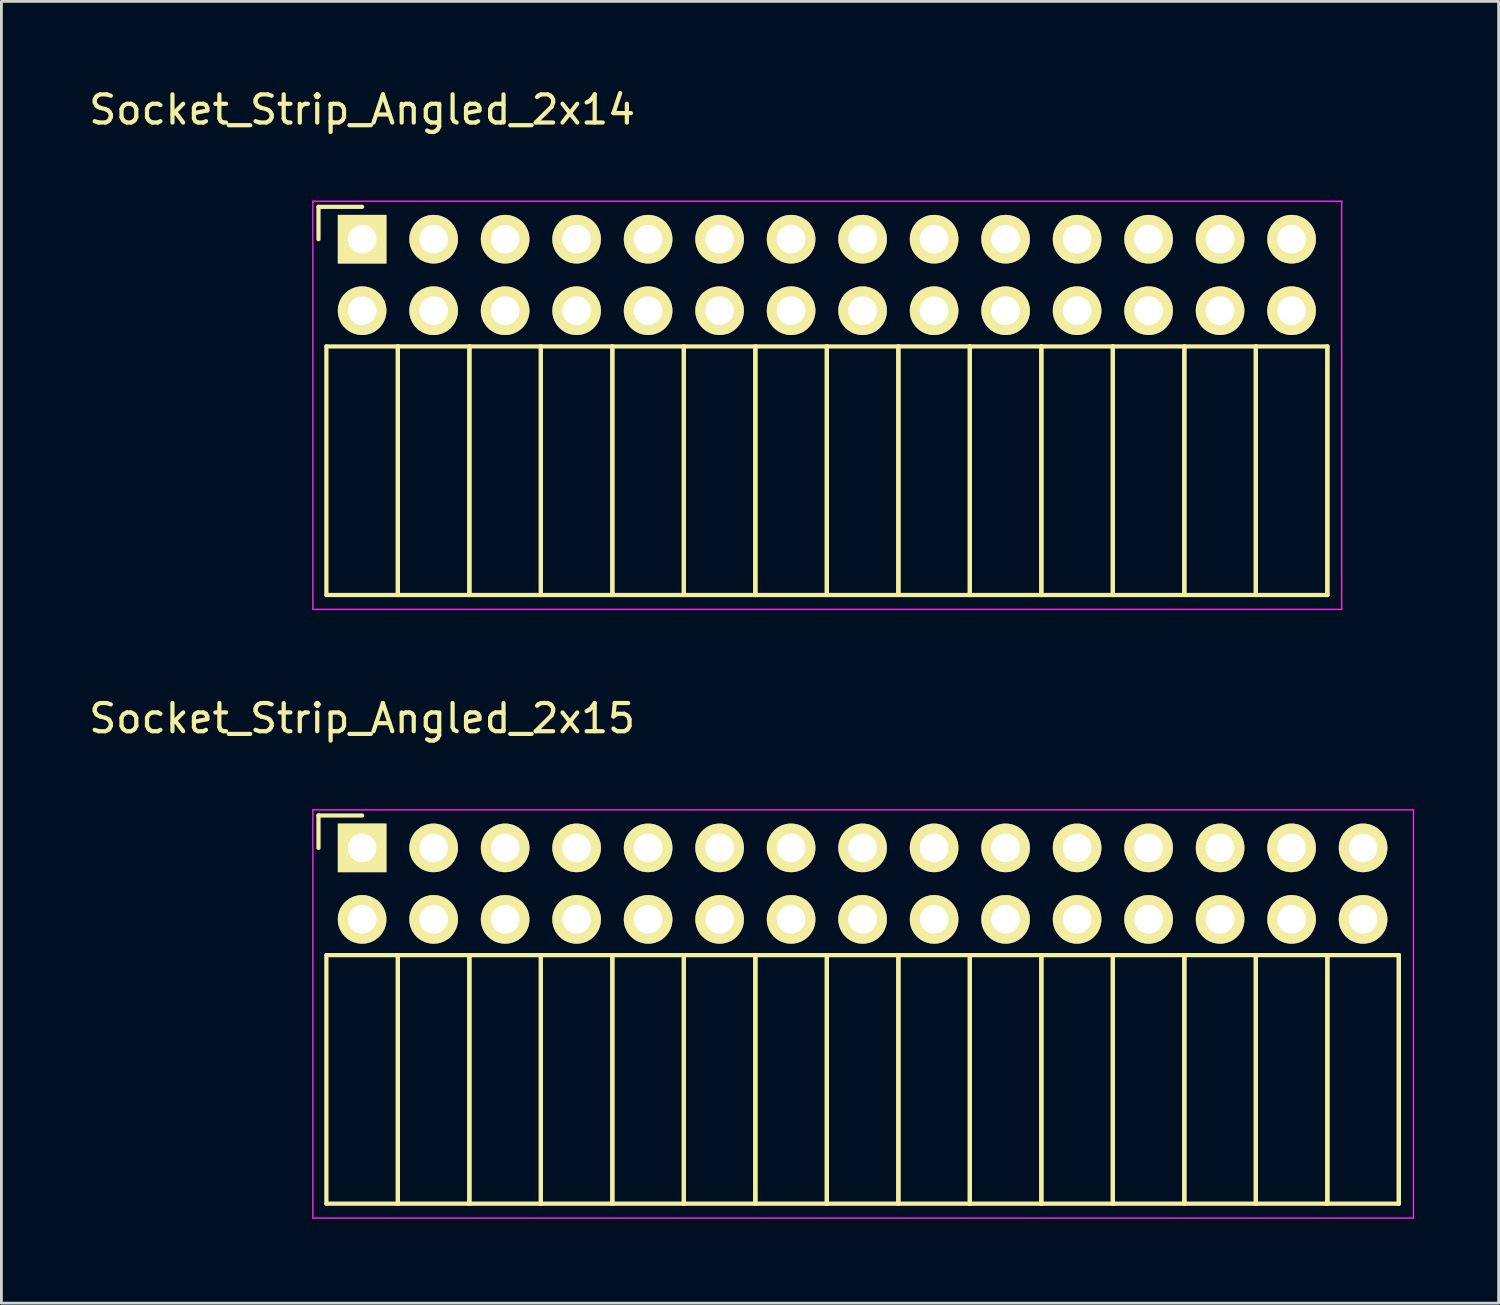
<source format=kicad_pcb>
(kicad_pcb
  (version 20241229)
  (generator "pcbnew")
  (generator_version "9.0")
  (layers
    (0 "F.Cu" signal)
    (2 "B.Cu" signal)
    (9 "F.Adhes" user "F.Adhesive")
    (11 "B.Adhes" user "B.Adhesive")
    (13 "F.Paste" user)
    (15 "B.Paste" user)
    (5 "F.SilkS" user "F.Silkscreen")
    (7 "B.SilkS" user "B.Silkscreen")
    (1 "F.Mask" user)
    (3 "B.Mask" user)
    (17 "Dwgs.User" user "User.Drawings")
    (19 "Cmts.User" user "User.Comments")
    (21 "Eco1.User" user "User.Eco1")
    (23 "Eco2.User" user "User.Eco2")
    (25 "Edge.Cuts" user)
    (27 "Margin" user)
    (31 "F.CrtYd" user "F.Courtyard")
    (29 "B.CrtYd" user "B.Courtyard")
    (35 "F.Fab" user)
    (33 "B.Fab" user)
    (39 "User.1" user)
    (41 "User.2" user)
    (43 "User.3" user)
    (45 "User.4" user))
  (footprint "Socket_Strip_Angled_2x15"
    (layer "F.Cu")
    (at 9.815 27.072)
    (property "Reference" "Socket_Strip_Angled_2x15" (at 0 -4.6 0) (layer "F.SilkS") (effects (font (size 1 1) (thickness 0.15))))
    (attr through_hole)
    (fp_line (start -1.55 -1.15) (end -1.55 0) (stroke (width 0.15) (type solid)) (layer "F.SilkS"))
    (fp_line (start -1.27 3.81) (end -1.27 12.64) (stroke (width 0.15) (type solid)) (layer "F.SilkS"))
    (fp_line (start -1.27 3.81) (end 1.27 3.81) (stroke (width 0.15) (type solid)) (layer "F.SilkS"))
    (fp_line (start -1.27 12.64) (end 1.27 12.64) (stroke (width 0.15) (type solid)) (layer "F.SilkS"))
    (fp_line (start 0 -1.15) (end -1.55 -1.15) (stroke (width 0.15) (type solid)) (layer "F.SilkS"))
    (fp_line (start 1.27 3.81) (end 1.27 12.64) (stroke (width 0.15) (type solid)) (layer "F.SilkS"))
    (fp_line (start 1.27 3.81) (end 3.81 3.81) (stroke (width 0.15) (type solid)) (layer "F.SilkS"))
    (fp_line (start 1.27 12.64) (end 1.27 3.81) (stroke (width 0.15) (type solid)) (layer "F.SilkS"))
    (fp_line (start 1.27 12.64) (end 3.81 12.64) (stroke (width 0.15) (type solid)) (layer "F.SilkS"))
    (fp_line (start 3.81 3.81) (end 3.81 12.64) (stroke (width 0.15) (type solid)) (layer "F.SilkS"))
    (fp_line (start 3.81 3.81) (end 6.35 3.81) (stroke (width 0.15) (type solid)) (layer "F.SilkS"))
    (fp_line (start 3.81 12.64) (end 3.81 3.81) (stroke (width 0.15) (type solid)) (layer "F.SilkS"))
    (fp_line (start 3.81 12.64) (end 6.35 12.64) (stroke (width 0.15) (type solid)) (layer "F.SilkS"))
    (fp_line (start 6.35 3.81) (end 6.35 12.64) (stroke (width 0.15) (type solid)) (layer "F.SilkS"))
    (fp_line (start 6.35 3.81) (end 8.89 3.81) (stroke (width 0.15) (type solid)) (layer "F.SilkS"))
    (fp_line (start 6.35 12.64) (end 6.35 3.81) (stroke (width 0.15) (type solid)) (layer "F.SilkS"))
    (fp_line (start 6.35 12.64) (end 8.89 12.64) (stroke (width 0.15) (type solid)) (layer "F.SilkS"))
    (fp_line (start 8.89 3.81) (end 8.89 12.64) (stroke (width 0.15) (type solid)) (layer "F.SilkS"))
    (fp_line (start 8.89 3.81) (end 11.43 3.81) (stroke (width 0.15) (type solid)) (layer "F.SilkS"))
    (fp_line (start 8.89 12.64) (end 8.89 3.81) (stroke (width 0.15) (type solid)) (layer "F.SilkS"))
    (fp_line (start 8.89 12.64) (end 11.43 12.64) (stroke (width 0.15) (type solid)) (layer "F.SilkS"))
    (fp_line (start 11.43 3.81) (end 11.43 12.64) (stroke (width 0.15) (type solid)) (layer "F.SilkS"))
    (fp_line (start 11.43 3.81) (end 13.97 3.81) (stroke (width 0.15) (type solid)) (layer "F.SilkS"))
    (fp_line (start 11.43 12.64) (end 11.43 3.81) (stroke (width 0.15) (type solid)) (layer "F.SilkS"))
    (fp_line (start 11.43 12.64) (end 13.97 12.64) (stroke (width 0.15) (type solid)) (layer "F.SilkS"))
    (fp_line (start 13.97 3.81) (end 13.97 12.64) (stroke (width 0.15) (type solid)) (layer "F.SilkS"))
    (fp_line (start 13.97 3.81) (end 16.51 3.81) (stroke (width 0.15) (type solid)) (layer "F.SilkS"))
    (fp_line (start 13.97 12.64) (end 13.97 3.81) (stroke (width 0.15) (type solid)) (layer "F.SilkS"))
    (fp_line (start 13.97 12.64) (end 16.51 12.64) (stroke (width 0.15) (type solid)) (layer "F.SilkS"))
    (fp_line (start 16.51 3.81) (end 16.51 12.64) (stroke (width 0.15) (type solid)) (layer "F.SilkS"))
    (fp_line (start 16.51 3.81) (end 19.05 3.81) (stroke (width 0.15) (type solid)) (layer "F.SilkS"))
    (fp_line (start 16.51 12.64) (end 16.51 3.81) (stroke (width 0.15) (type solid)) (layer "F.SilkS"))
    (fp_line (start 16.51 12.64) (end 19.05 12.64) (stroke (width 0.15) (type solid)) (layer "F.SilkS"))
    (fp_line (start 19.05 3.81) (end 19.05 12.64) (stroke (width 0.15) (type solid)) (layer "F.SilkS"))
    (fp_line (start 19.05 3.81) (end 21.59 3.81) (stroke (width 0.15) (type solid)) (layer "F.SilkS"))
    (fp_line (start 19.05 12.64) (end 19.05 3.81) (stroke (width 0.15) (type solid)) (layer "F.SilkS"))
    (fp_line (start 19.05 12.64) (end 21.59 12.64) (stroke (width 0.15) (type solid)) (layer "F.SilkS"))
    (fp_line (start 21.59 3.81) (end 21.59 12.64) (stroke (width 0.15) (type solid)) (layer "F.SilkS"))
    (fp_line (start 21.59 3.81) (end 24.13 3.81) (stroke (width 0.15) (type solid)) (layer "F.SilkS"))
    (fp_line (start 21.59 12.64) (end 21.59 3.81) (stroke (width 0.15) (type solid)) (layer "F.SilkS"))
    (fp_line (start 21.59 12.64) (end 24.13 12.64) (stroke (width 0.15) (type solid)) (layer "F.SilkS"))
    (fp_line (start 24.13 3.81) (end 24.13 12.64) (stroke (width 0.15) (type solid)) (layer "F.SilkS"))
    (fp_line (start 24.13 3.81) (end 26.67 3.81) (stroke (width 0.15) (type solid)) (layer "F.SilkS"))
    (fp_line (start 24.13 12.64) (end 24.13 3.81) (stroke (width 0.15) (type solid)) (layer "F.SilkS"))
    (fp_line (start 24.13 12.64) (end 26.67 12.64) (stroke (width 0.15) (type solid)) (layer "F.SilkS"))
    (fp_line (start 26.67 3.81) (end 26.67 12.64) (stroke (width 0.15) (type solid)) (layer "F.SilkS"))
    (fp_line (start 26.67 3.81) (end 29.21 3.81) (stroke (width 0.15) (type solid)) (layer "F.SilkS"))
    (fp_line (start 26.67 12.64) (end 26.67 3.81) (stroke (width 0.15) (type solid)) (layer "F.SilkS"))
    (fp_line (start 26.67 12.64) (end 29.21 12.64) (stroke (width 0.15) (type solid)) (layer "F.SilkS"))
    (fp_line (start 29.21 3.81) (end 29.21 12.64) (stroke (width 0.15) (type solid)) (layer "F.SilkS"))
    (fp_line (start 29.21 3.81) (end 31.75 3.81) (stroke (width 0.15) (type solid)) (layer "F.SilkS"))
    (fp_line (start 29.21 12.64) (end 29.21 3.81) (stroke (width 0.15) (type solid)) (layer "F.SilkS"))
    (fp_line (start 29.21 12.64) (end 31.75 12.64) (stroke (width 0.15) (type solid)) (layer "F.SilkS"))
    (fp_line (start 31.75 3.81) (end 31.75 12.64) (stroke (width 0.15) (type solid)) (layer "F.SilkS"))
    (fp_line (start 31.75 3.81) (end 34.29 3.81) (stroke (width 0.15) (type solid)) (layer "F.SilkS"))
    (fp_line (start 31.75 12.64) (end 31.75 3.81) (stroke (width 0.15) (type solid)) (layer "F.SilkS"))
    (fp_line (start 31.75 12.64) (end 34.29 12.64) (stroke (width 0.15) (type solid)) (layer "F.SilkS"))
    (fp_line (start 34.29 3.81) (end 34.29 12.64) (stroke (width 0.15) (type solid)) (layer "F.SilkS"))
    (fp_line (start 34.29 3.81) (end 36.83 3.81) (stroke (width 0.15) (type solid)) (layer "F.SilkS"))
    (fp_line (start 34.29 12.64) (end 34.29 3.81) (stroke (width 0.15) (type solid)) (layer "F.SilkS"))
    (fp_line (start 34.29 12.64) (end 36.83 12.64) (stroke (width 0.15) (type solid)) (layer "F.SilkS"))
    (fp_line (start 36.83 3.81) (end 36.83 12.64) (stroke (width 0.15) (type solid)) (layer "F.SilkS"))
    (fp_line (start 36.83 12.64) (end 36.83 3.81) (stroke (width 0.15) (type solid)) (layer "F.SilkS"))
    (fp_line (start -1.75 -1.35) (end -1.75 13.15) (stroke (width 0.05) (type solid)) (layer "F.CrtYd"))
    (fp_line (start -1.75 -1.35) (end 37.35 -1.35) (stroke (width 0.05) (type solid)) (layer "F.CrtYd"))
    (fp_line (start -1.75 13.15) (end 37.35 13.15) (stroke (width 0.05) (type solid)) (layer "F.CrtYd"))
    (fp_line (start 37.35 -1.35) (end 37.35 13.15) (stroke (width 0.05) (type solid)) (layer "F.CrtYd"))
    (pad "1" thru_hole rect (at 0 0) (size 1.727 1.727) (drill 1.016) (layers "*.Cu" "*.Mask" "F.SilkS"))
    (pad "2" thru_hole oval (at 0 2.54) (size 1.727 1.727) (drill 1.016) (layers "*.Cu" "*.Mask" "F.SilkS"))
    (pad "3" thru_hole oval (at 2.54 0) (size 1.727 1.727) (drill 1.016) (layers "*.Cu" "*.Mask" "F.SilkS"))
    (pad "4" thru_hole oval (at 2.54 2.54) (size 1.727 1.727) (drill 1.016) (layers "*.Cu" "*.Mask" "F.SilkS"))
    (pad "5" thru_hole oval (at 5.08 0) (size 1.727 1.727) (drill 1.016) (layers "*.Cu" "*.Mask" "F.SilkS"))
    (pad "6" thru_hole oval (at 5.08 2.54) (size 1.727 1.727) (drill 1.016) (layers "*.Cu" "*.Mask" "F.SilkS"))
    (pad "7" thru_hole oval (at 7.62 0) (size 1.727 1.727) (drill 1.016) (layers "*.Cu" "*.Mask" "F.SilkS"))
    (pad "8" thru_hole oval (at 7.62 2.54) (size 1.727 1.727) (drill 1.016) (layers "*.Cu" "*.Mask" "F.SilkS"))
    (pad "9" thru_hole oval (at 10.16 0) (size 1.727 1.727) (drill 1.016) (layers "*.Cu" "*.Mask" "F.SilkS"))
    (pad "10" thru_hole oval (at 10.16 2.54) (size 1.727 1.727) (drill 1.016) (layers "*.Cu" "*.Mask" "F.SilkS"))
    (pad "11" thru_hole oval (at 12.7 0) (size 1.727 1.727) (drill 1.016) (layers "*.Cu" "*.Mask" "F.SilkS"))
    (pad "12" thru_hole oval (at 12.7 2.54) (size 1.727 1.727) (drill 1.016) (layers "*.Cu" "*.Mask" "F.SilkS"))
    (pad "13" thru_hole oval (at 15.24 0) (size 1.727 1.727) (drill 1.016) (layers "*.Cu" "*.Mask" "F.SilkS"))
    (pad "14" thru_hole oval (at 15.24 2.54) (size 1.727 1.727) (drill 1.016) (layers "*.Cu" "*.Mask" "F.SilkS"))
    (pad "15" thru_hole oval (at 17.78 0) (size 1.727 1.727) (drill 1.016) (layers "*.Cu" "*.Mask" "F.SilkS"))
    (pad "16" thru_hole oval (at 17.78 2.54) (size 1.727 1.727) (drill 1.016) (layers "*.Cu" "*.Mask" "F.SilkS"))
    (pad "17" thru_hole oval (at 20.32 0) (size 1.727 1.727) (drill 1.016) (layers "*.Cu" "*.Mask" "F.SilkS"))
    (pad "18" thru_hole oval (at 20.32 2.54) (size 1.727 1.727) (drill 1.016) (layers "*.Cu" "*.Mask" "F.SilkS"))
    (pad "19" thru_hole oval (at 22.86 0) (size 1.727 1.727) (drill 1.016) (layers "*.Cu" "*.Mask" "F.SilkS"))
    (pad "20" thru_hole oval (at 22.86 2.54) (size 1.727 1.727) (drill 1.016) (layers "*.Cu" "*.Mask" "F.SilkS"))
    (pad "21" thru_hole oval (at 25.4 0) (size 1.727 1.727) (drill 1.016) (layers "*.Cu" "*.Mask" "F.SilkS"))
    (pad "22" thru_hole oval (at 25.4 2.54) (size 1.727 1.727) (drill 1.016) (layers "*.Cu" "*.Mask" "F.SilkS"))
    (pad "23" thru_hole oval (at 27.94 0) (size 1.727 1.727) (drill 1.016) (layers "*.Cu" "*.Mask" "F.SilkS"))
    (pad "24" thru_hole oval (at 27.94 2.54) (size 1.727 1.727) (drill 1.016) (layers "*.Cu" "*.Mask" "F.SilkS"))
    (pad "25" thru_hole oval (at 30.48 0) (size 1.727 1.727) (drill 1.016) (layers "*.Cu" "*.Mask" "F.SilkS"))
    (pad "26" thru_hole oval (at 30.48 2.54) (size 1.727 1.727) (drill 1.016) (layers "*.Cu" "*.Mask" "F.SilkS"))
    (pad "27" thru_hole oval (at 33.02 0) (size 1.727 1.727) (drill 1.016) (layers "*.Cu" "*.Mask" "F.SilkS"))
    (pad "28" thru_hole oval (at 33.02 2.54) (size 1.727 1.727) (drill 1.016) (layers "*.Cu" "*.Mask" "F.SilkS"))
    (pad "29" thru_hole oval (at 35.56 0) (size 1.727 1.727) (drill 1.016) (layers "*.Cu" "*.Mask" "F.SilkS"))
    (pad "30" thru_hole oval (at 35.56 2.54) (size 1.727 1.727) (drill 1.016) (layers "*.Cu" "*.Mask" "F.SilkS")))
  (footprint "Socket_Strip_Angled_2x14"
    (layer "F.Cu")
    (at 9.815 5.448)
    (property "Reference" "Socket_Strip_Angled_2x14" (at 0 -4.6 0) (layer "F.SilkS") (effects (font (size 1 1) (thickness 0.15))))
    (attr through_hole)
    (fp_line (start -1.55 -1.15) (end -1.55 0) (stroke (width 0.15) (type solid)) (layer "F.SilkS"))
    (fp_line (start -1.27 3.81) (end -1.27 12.64) (stroke (width 0.15) (type solid)) (layer "F.SilkS"))
    (fp_line (start -1.27 3.81) (end 1.27 3.81) (stroke (width 0.15) (type solid)) (layer "F.SilkS"))
    (fp_line (start -1.27 12.64) (end 1.27 12.64) (stroke (width 0.15) (type solid)) (layer "F.SilkS"))
    (fp_line (start 0 -1.15) (end -1.55 -1.15) (stroke (width 0.15) (type solid)) (layer "F.SilkS"))
    (fp_line (start 1.27 3.81) (end 1.27 12.64) (stroke (width 0.15) (type solid)) (layer "F.SilkS"))
    (fp_line (start 1.27 3.81) (end 3.81 3.81) (stroke (width 0.15) (type solid)) (layer "F.SilkS"))
    (fp_line (start 1.27 12.64) (end 1.27 3.81) (stroke (width 0.15) (type solid)) (layer "F.SilkS"))
    (fp_line (start 1.27 12.64) (end 3.81 12.64) (stroke (width 0.15) (type solid)) (layer "F.SilkS"))
    (fp_line (start 3.81 3.81) (end 3.81 12.64) (stroke (width 0.15) (type solid)) (layer "F.SilkS"))
    (fp_line (start 3.81 3.81) (end 6.35 3.81) (stroke (width 0.15) (type solid)) (layer "F.SilkS"))
    (fp_line (start 3.81 12.64) (end 3.81 3.81) (stroke (width 0.15) (type solid)) (layer "F.SilkS"))
    (fp_line (start 3.81 12.64) (end 6.35 12.64) (stroke (width 0.15) (type solid)) (layer "F.SilkS"))
    (fp_line (start 6.35 3.81) (end 6.35 12.64) (stroke (width 0.15) (type solid)) (layer "F.SilkS"))
    (fp_line (start 6.35 3.81) (end 8.89 3.81) (stroke (width 0.15) (type solid)) (layer "F.SilkS"))
    (fp_line (start 6.35 12.64) (end 6.35 3.81) (stroke (width 0.15) (type solid)) (layer "F.SilkS"))
    (fp_line (start 6.35 12.64) (end 8.89 12.64) (stroke (width 0.15) (type solid)) (layer "F.SilkS"))
    (fp_line (start 8.89 3.81) (end 8.89 12.64) (stroke (width 0.15) (type solid)) (layer "F.SilkS"))
    (fp_line (start 8.89 3.81) (end 11.43 3.81) (stroke (width 0.15) (type solid)) (layer "F.SilkS"))
    (fp_line (start 8.89 12.64) (end 8.89 3.81) (stroke (width 0.15) (type solid)) (layer "F.SilkS"))
    (fp_line (start 8.89 12.64) (end 11.43 12.64) (stroke (width 0.15) (type solid)) (layer "F.SilkS"))
    (fp_line (start 11.43 3.81) (end 11.43 12.64) (stroke (width 0.15) (type solid)) (layer "F.SilkS"))
    (fp_line (start 11.43 3.81) (end 13.97 3.81) (stroke (width 0.15) (type solid)) (layer "F.SilkS"))
    (fp_line (start 11.43 12.64) (end 11.43 3.81) (stroke (width 0.15) (type solid)) (layer "F.SilkS"))
    (fp_line (start 11.43 12.64) (end 13.97 12.64) (stroke (width 0.15) (type solid)) (layer "F.SilkS"))
    (fp_line (start 13.97 3.81) (end 13.97 12.64) (stroke (width 0.15) (type solid)) (layer "F.SilkS"))
    (fp_line (start 13.97 3.81) (end 16.51 3.81) (stroke (width 0.15) (type solid)) (layer "F.SilkS"))
    (fp_line (start 13.97 12.64) (end 13.97 3.81) (stroke (width 0.15) (type solid)) (layer "F.SilkS"))
    (fp_line (start 13.97 12.64) (end 16.51 12.64) (stroke (width 0.15) (type solid)) (layer "F.SilkS"))
    (fp_line (start 16.51 3.81) (end 16.51 12.64) (stroke (width 0.15) (type solid)) (layer "F.SilkS"))
    (fp_line (start 16.51 3.81) (end 19.05 3.81) (stroke (width 0.15) (type solid)) (layer "F.SilkS"))
    (fp_line (start 16.51 12.64) (end 16.51 3.81) (stroke (width 0.15) (type solid)) (layer "F.SilkS"))
    (fp_line (start 16.51 12.64) (end 19.05 12.64) (stroke (width 0.15) (type solid)) (layer "F.SilkS"))
    (fp_line (start 19.05 3.81) (end 19.05 12.64) (stroke (width 0.15) (type solid)) (layer "F.SilkS"))
    (fp_line (start 19.05 3.81) (end 21.59 3.81) (stroke (width 0.15) (type solid)) (layer "F.SilkS"))
    (fp_line (start 19.05 12.64) (end 19.05 3.81) (stroke (width 0.15) (type solid)) (layer "F.SilkS"))
    (fp_line (start 19.05 12.64) (end 21.59 12.64) (stroke (width 0.15) (type solid)) (layer "F.SilkS"))
    (fp_line (start 21.59 3.81) (end 21.59 12.64) (stroke (width 0.15) (type solid)) (layer "F.SilkS"))
    (fp_line (start 21.59 3.81) (end 24.13 3.81) (stroke (width 0.15) (type solid)) (layer "F.SilkS"))
    (fp_line (start 21.59 12.64) (end 21.59 3.81) (stroke (width 0.15) (type solid)) (layer "F.SilkS"))
    (fp_line (start 21.59 12.64) (end 24.13 12.64) (stroke (width 0.15) (type solid)) (layer "F.SilkS"))
    (fp_line (start 24.13 3.81) (end 24.13 12.64) (stroke (width 0.15) (type solid)) (layer "F.SilkS"))
    (fp_line (start 24.13 3.81) (end 26.67 3.81) (stroke (width 0.15) (type solid)) (layer "F.SilkS"))
    (fp_line (start 24.13 12.64) (end 24.13 3.81) (stroke (width 0.15) (type solid)) (layer "F.SilkS"))
    (fp_line (start 24.13 12.64) (end 26.67 12.64) (stroke (width 0.15) (type solid)) (layer "F.SilkS"))
    (fp_line (start 26.67 3.81) (end 26.67 12.64) (stroke (width 0.15) (type solid)) (layer "F.SilkS"))
    (fp_line (start 26.67 3.81) (end 29.21 3.81) (stroke (width 0.15) (type solid)) (layer "F.SilkS"))
    (fp_line (start 26.67 12.64) (end 26.67 3.81) (stroke (width 0.15) (type solid)) (layer "F.SilkS"))
    (fp_line (start 26.67 12.64) (end 29.21 12.64) (stroke (width 0.15) (type solid)) (layer "F.SilkS"))
    (fp_line (start 29.21 3.81) (end 29.21 12.64) (stroke (width 0.15) (type solid)) (layer "F.SilkS"))
    (fp_line (start 29.21 3.81) (end 31.75 3.81) (stroke (width 0.15) (type solid)) (layer "F.SilkS"))
    (fp_line (start 29.21 12.64) (end 29.21 3.81) (stroke (width 0.15) (type solid)) (layer "F.SilkS"))
    (fp_line (start 29.21 12.64) (end 31.75 12.64) (stroke (width 0.15) (type solid)) (layer "F.SilkS"))
    (fp_line (start 31.75 3.81) (end 31.75 12.64) (stroke (width 0.15) (type solid)) (layer "F.SilkS"))
    (fp_line (start 31.75 3.81) (end 34.29 3.81) (stroke (width 0.15) (type solid)) (layer "F.SilkS"))
    (fp_line (start 31.75 12.64) (end 31.75 3.81) (stroke (width 0.15) (type solid)) (layer "F.SilkS"))
    (fp_line (start 31.75 12.64) (end 34.29 12.64) (stroke (width 0.15) (type solid)) (layer "F.SilkS"))
    (fp_line (start 34.29 3.81) (end 34.29 12.64) (stroke (width 0.15) (type solid)) (layer "F.SilkS"))
    (fp_line (start 34.29 12.64) (end 34.29 3.81) (stroke (width 0.15) (type solid)) (layer "F.SilkS"))
    (fp_line (start -1.75 -1.35) (end -1.75 13.15) (stroke (width 0.05) (type solid)) (layer "F.CrtYd"))
    (fp_line (start -1.75 -1.35) (end 34.8 -1.35) (stroke (width 0.05) (type solid)) (layer "F.CrtYd"))
    (fp_line (start -1.75 13.15) (end 34.8 13.15) (stroke (width 0.05) (type solid)) (layer "F.CrtYd"))
    (fp_line (start 34.8 -1.35) (end 34.8 13.15) (stroke (width 0.05) (type solid)) (layer "F.CrtYd"))
    (pad "1" thru_hole rect (at 0 0) (size 1.727 1.727) (drill 1.016) (layers "*.Cu" "*.Mask" "F.SilkS"))
    (pad "2" thru_hole oval (at 0 2.54) (size 1.727 1.727) (drill 1.016) (layers "*.Cu" "*.Mask" "F.SilkS"))
    (pad "3" thru_hole oval (at 2.54 0) (size 1.727 1.727) (drill 1.016) (layers "*.Cu" "*.Mask" "F.SilkS"))
    (pad "4" thru_hole oval (at 2.54 2.54) (size 1.727 1.727) (drill 1.016) (layers "*.Cu" "*.Mask" "F.SilkS"))
    (pad "5" thru_hole oval (at 5.08 0) (size 1.727 1.727) (drill 1.016) (layers "*.Cu" "*.Mask" "F.SilkS"))
    (pad "6" thru_hole oval (at 5.08 2.54) (size 1.727 1.727) (drill 1.016) (layers "*.Cu" "*.Mask" "F.SilkS"))
    (pad "7" thru_hole oval (at 7.62 0) (size 1.727 1.727) (drill 1.016) (layers "*.Cu" "*.Mask" "F.SilkS"))
    (pad "8" thru_hole oval (at 7.62 2.54) (size 1.727 1.727) (drill 1.016) (layers "*.Cu" "*.Mask" "F.SilkS"))
    (pad "9" thru_hole oval (at 10.16 0) (size 1.727 1.727) (drill 1.016) (layers "*.Cu" "*.Mask" "F.SilkS"))
    (pad "10" thru_hole oval (at 10.16 2.54) (size 1.727 1.727) (drill 1.016) (layers "*.Cu" "*.Mask" "F.SilkS"))
    (pad "11" thru_hole oval (at 12.7 0) (size 1.727 1.727) (drill 1.016) (layers "*.Cu" "*.Mask" "F.SilkS"))
    (pad "12" thru_hole oval (at 12.7 2.54) (size 1.727 1.727) (drill 1.016) (layers "*.Cu" "*.Mask" "F.SilkS"))
    (pad "13" thru_hole oval (at 15.24 0) (size 1.727 1.727) (drill 1.016) (layers "*.Cu" "*.Mask" "F.SilkS"))
    (pad "14" thru_hole oval (at 15.24 2.54) (size 1.727 1.727) (drill 1.016) (layers "*.Cu" "*.Mask" "F.SilkS"))
    (pad "15" thru_hole oval (at 17.78 0) (size 1.727 1.727) (drill 1.016) (layers "*.Cu" "*.Mask" "F.SilkS"))
    (pad "16" thru_hole oval (at 17.78 2.54) (size 1.727 1.727) (drill 1.016) (layers "*.Cu" "*.Mask" "F.SilkS"))
    (pad "17" thru_hole oval (at 20.32 0) (size 1.727 1.727) (drill 1.016) (layers "*.Cu" "*.Mask" "F.SilkS"))
    (pad "18" thru_hole oval (at 20.32 2.54) (size 1.727 1.727) (drill 1.016) (layers "*.Cu" "*.Mask" "F.SilkS"))
    (pad "19" thru_hole oval (at 22.86 0) (size 1.727 1.727) (drill 1.016) (layers "*.Cu" "*.Mask" "F.SilkS"))
    (pad "20" thru_hole oval (at 22.86 2.54) (size 1.727 1.727) (drill 1.016) (layers "*.Cu" "*.Mask" "F.SilkS"))
    (pad "21" thru_hole oval (at 25.4 0) (size 1.727 1.727) (drill 1.016) (layers "*.Cu" "*.Mask" "F.SilkS"))
    (pad "22" thru_hole oval (at 25.4 2.54) (size 1.727 1.727) (drill 1.016) (layers "*.Cu" "*.Mask" "F.SilkS"))
    (pad "23" thru_hole oval (at 27.94 0) (size 1.727 1.727) (drill 1.016) (layers "*.Cu" "*.Mask" "F.SilkS"))
    (pad "24" thru_hole oval (at 27.94 2.54) (size 1.727 1.727) (drill 1.016) (layers "*.Cu" "*.Mask" "F.SilkS"))
    (pad "25" thru_hole oval (at 30.48 0) (size 1.727 1.727) (drill 1.016) (layers "*.Cu" "*.Mask" "F.SilkS"))
    (pad "26" thru_hole oval (at 30.48 2.54) (size 1.727 1.727) (drill 1.016) (layers "*.Cu" "*.Mask" "F.SilkS"))
    (pad "27" thru_hole oval (at 33.02 0) (size 1.727 1.727) (drill 1.016) (layers "*.Cu" "*.Mask" "F.SilkS"))
    (pad "28" thru_hole oval (at 33.02 2.54) (size 1.727 1.727) (drill 1.016) (layers "*.Cu" "*.Mask" "F.SilkS")))
  (gr_rect
    (start -3 -3)
    (end 50.19 43.246)
    (stroke (width 0.1) (type default))
    (fill no)
    (layer "Edge.Cuts")))
</source>
